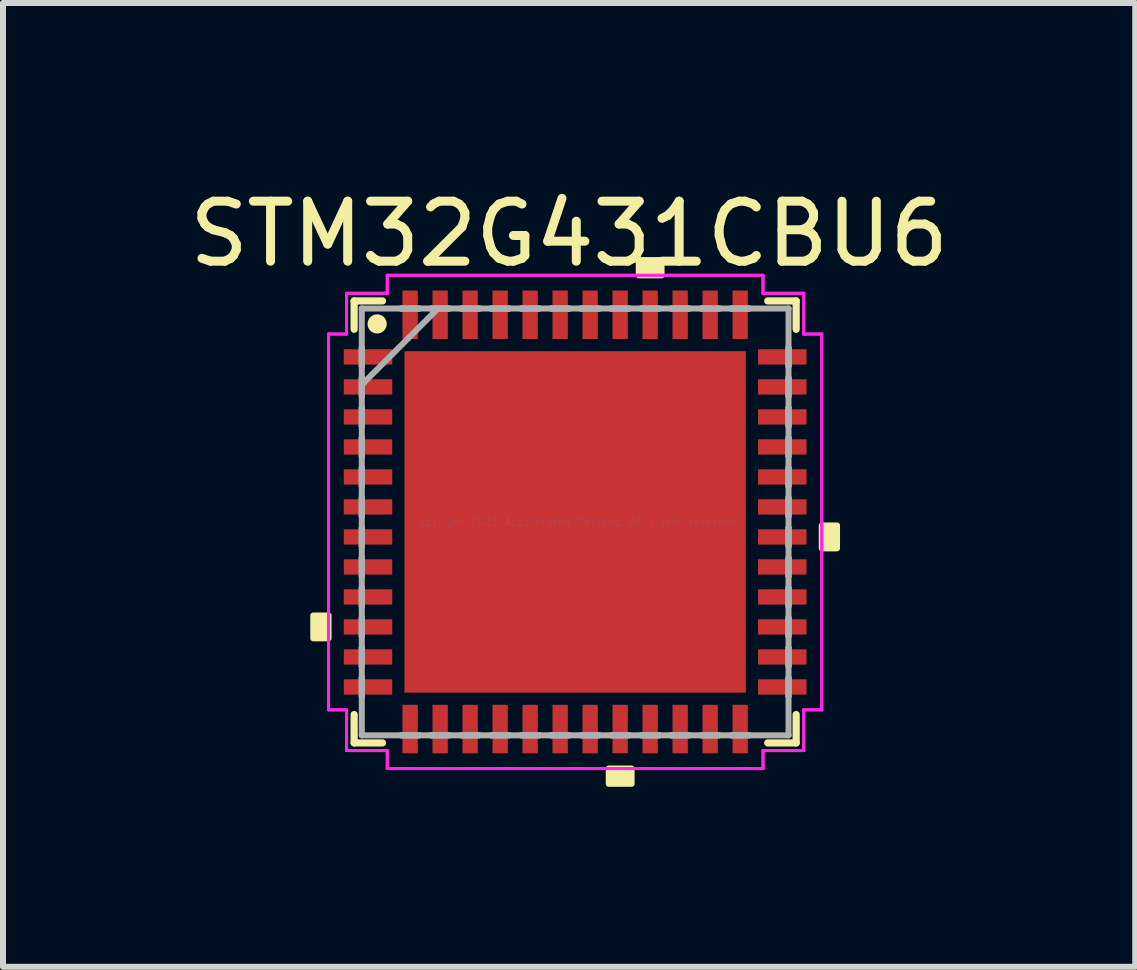
<source format=kicad_pcb>
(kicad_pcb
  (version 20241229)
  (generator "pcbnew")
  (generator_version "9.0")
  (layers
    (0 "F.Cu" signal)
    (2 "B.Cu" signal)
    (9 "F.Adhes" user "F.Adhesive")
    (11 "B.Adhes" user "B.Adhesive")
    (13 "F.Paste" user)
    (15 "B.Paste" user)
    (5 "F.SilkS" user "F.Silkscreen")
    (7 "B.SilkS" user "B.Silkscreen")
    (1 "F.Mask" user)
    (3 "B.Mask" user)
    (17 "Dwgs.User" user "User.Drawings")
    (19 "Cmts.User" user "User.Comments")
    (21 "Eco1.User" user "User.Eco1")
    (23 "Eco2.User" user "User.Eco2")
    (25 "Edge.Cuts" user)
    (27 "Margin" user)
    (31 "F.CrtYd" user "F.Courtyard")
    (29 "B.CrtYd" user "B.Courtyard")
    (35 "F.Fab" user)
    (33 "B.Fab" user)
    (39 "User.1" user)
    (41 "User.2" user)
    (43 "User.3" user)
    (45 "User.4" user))
  (footprint "STM32G431CBU6"
    (layer "F.Cu")
    (at 6.535 5.648)
    (property "Reference" "STM32G431CBU6" (at -0.1 -4.8 0) (layer "F.SilkS") (effects (font (size 1 1) (thickness 0.15))))
    (attr through_hole)
    (fp_line (start -3.683 -3.683) (end -3.683 -3.21) (stroke (width 0.12) (type solid)) (layer "F.SilkS"))
    (fp_line (start -3.683 3.21) (end -3.683 3.683) (stroke (width 0.12) (type solid)) (layer "F.SilkS"))
    (fp_line (start -3.683 3.683) (end -3.21 3.683) (stroke (width 0.12) (type solid)) (layer "F.SilkS"))
    (fp_line (start -3.21 -3.683) (end -3.683 -3.683) (stroke (width 0.12) (type solid)) (layer "F.SilkS"))
    (fp_line (start 3.21 3.683) (end 3.683 3.683) (stroke (width 0.12) (type solid)) (layer "F.SilkS"))
    (fp_line (start 3.683 -3.683) (end 3.21 -3.683) (stroke (width 0.12) (type solid)) (layer "F.SilkS"))
    (fp_line (start 3.683 -3.21) (end 3.683 -3.683) (stroke (width 0.12) (type solid)) (layer "F.SilkS"))
    (fp_line (start 3.683 3.683) (end 3.683 3.21) (stroke (width 0.12) (type solid)) (layer "F.SilkS"))
    (fp_circle (center -3.3 -3.3) (end -3.3 -3.3) (stroke (width 0.12) (type default)) (fill no) (layer "F.SilkS"))
    (fp_circle (center -3.3 -3.3) (end -3.2 -3.3) (stroke (width 0.12) (type default)) (fill no) (layer "F.SilkS"))
    (fp_poly (pts (xy -4.364 1.559) (xy -4.364 1.94) (xy -4.11 1.94) (xy -4.11 1.559)) (stroke (width 0.1) (type solid)) (fill yes) (layer "F.SilkS"))
    (fp_poly (pts (xy 0.56 4.11) (xy 0.56 4.364) (xy 0.941 4.364) (xy 0.941 4.11)) (stroke (width 0.1) (type solid)) (fill yes) (layer "F.SilkS"))
    (fp_poly (pts (xy 1.06 -4.11) (xy 1.06 -4.364) (xy 1.44 -4.364) (xy 1.44 -4.11)) (stroke (width 0.1) (type solid)) (fill yes) (layer "F.SilkS"))
    (fp_poly (pts (xy 4.364 0.059) (xy 4.364 0.441) (xy 4.11 0.441) (xy 4.11 0.059)) (stroke (width 0.1) (type solid)) (fill yes) (layer "F.SilkS"))
    (fp_poly (pts (xy -2.745 -2.745) (xy -2.745 -1.522) (xy -1.522 -1.522) (xy -1.522 -2.745)) (stroke (width 0.1) (type solid)) (fill yes) (layer "F.Paste"))
    (fp_poly (pts (xy -2.745 -1.322) (xy -2.745 -0.1) (xy -1.522 -0.1) (xy -1.522 -1.322)) (stroke (width 0.1) (type solid)) (fill yes) (layer "F.Paste"))
    (fp_poly (pts (xy -2.745 0.1) (xy -2.745 1.322) (xy -1.522 1.322) (xy -1.522 0.1)) (stroke (width 0.1) (type solid)) (fill yes) (layer "F.Paste"))
    (fp_poly (pts (xy -2.745 1.522) (xy -2.745 2.745) (xy -1.522 2.745) (xy -1.522 1.522)) (stroke (width 0.1) (type solid)) (fill yes) (layer "F.Paste"))
    (fp_poly (pts (xy -1.322 -2.745) (xy -1.322 -1.522) (xy -0.1 -1.522) (xy -0.1 -2.745)) (stroke (width 0.1) (type solid)) (fill yes) (layer "F.Paste"))
    (fp_poly (pts (xy -1.322 -1.322) (xy -1.322 -0.1) (xy -0.1 -0.1) (xy -0.1 -1.322)) (stroke (width 0.1) (type solid)) (fill yes) (layer "F.Paste"))
    (fp_poly (pts (xy -1.322 0.1) (xy -1.322 1.322) (xy -0.1 1.322) (xy -0.1 0.1)) (stroke (width 0.1) (type solid)) (fill yes) (layer "F.Paste"))
    (fp_poly (pts (xy -1.322 1.522) (xy -1.322 2.745) (xy -0.1 2.745) (xy -0.1 1.522)) (stroke (width 0.1) (type solid)) (fill yes) (layer "F.Paste"))
    (fp_poly (pts (xy 0.1 -2.745) (xy 0.1 -1.522) (xy 1.322 -1.522) (xy 1.322 -2.745)) (stroke (width 0.1) (type solid)) (fill yes) (layer "F.Paste"))
    (fp_poly (pts (xy 0.1 -1.322) (xy 0.1 -0.1) (xy 1.322 -0.1) (xy 1.322 -1.322)) (stroke (width 0.1) (type solid)) (fill yes) (layer "F.Paste"))
    (fp_poly (pts (xy 0.1 0.1) (xy 0.1 1.322) (xy 1.322 1.322) (xy 1.322 0.1)) (stroke (width 0.1) (type solid)) (fill yes) (layer "F.Paste"))
    (fp_poly (pts (xy 0.1 1.522) (xy 0.1 2.745) (xy 1.322 2.745) (xy 1.322 1.522)) (stroke (width 0.1) (type solid)) (fill yes) (layer "F.Paste"))
    (fp_poly (pts (xy 1.522 -2.745) (xy 1.522 -1.522) (xy 2.745 -1.522) (xy 2.745 -2.745)) (stroke (width 0.1) (type solid)) (fill yes) (layer "F.Paste"))
    (fp_poly (pts (xy 1.522 -1.322) (xy 1.522 -0.1) (xy 2.745 -0.1) (xy 2.745 -1.322)) (stroke (width 0.1) (type solid)) (fill yes) (layer "F.Paste"))
    (fp_poly (pts (xy 1.522 0.1) (xy 1.522 1.322) (xy 2.745 1.322) (xy 2.745 0.1)) (stroke (width 0.1) (type solid)) (fill yes) (layer "F.Paste"))
    (fp_poly (pts (xy 1.522 1.522) (xy 1.522 2.745) (xy 2.745 2.745) (xy 2.745 1.522)) (stroke (width 0.1) (type solid)) (fill yes) (layer "F.Paste"))
    (fp_line (start -4.11 -3.131) (end -3.81 -3.131) (stroke (width 0.05) (type solid)) (layer "F.CrtYd"))
    (fp_line (start -4.11 -3.131) (end -3.81 -3.131) (stroke (width 0.05) (type solid)) (layer "F.CrtYd"))
    (fp_line (start -4.11 3.131) (end -4.11 -3.131) (stroke (width 0.05) (type solid)) (layer "F.CrtYd"))
    (fp_line (start -4.11 3.131) (end -4.11 -3.131) (stroke (width 0.05) (type solid)) (layer "F.CrtYd"))
    (fp_line (start -3.81 -3.81) (end -3.131 -3.81) (stroke (width 0.05) (type solid)) (layer "F.CrtYd"))
    (fp_line (start -3.81 -3.81) (end -3.131 -3.81) (stroke (width 0.05) (type solid)) (layer "F.CrtYd"))
    (fp_line (start -3.81 -3.131) (end -3.81 -3.81) (stroke (width 0.05) (type solid)) (layer "F.CrtYd"))
    (fp_line (start -3.81 -3.131) (end -3.81 -3.81) (stroke (width 0.05) (type solid)) (layer "F.CrtYd"))
    (fp_line (start -3.81 3.131) (end -4.11 3.131) (stroke (width 0.05) (type solid)) (layer "F.CrtYd"))
    (fp_line (start -3.81 3.131) (end -4.11 3.131) (stroke (width 0.05) (type solid)) (layer "F.CrtYd"))
    (fp_line (start -3.81 3.81) (end -3.81 3.131) (stroke (width 0.05) (type solid)) (layer "F.CrtYd"))
    (fp_line (start -3.81 3.81) (end -3.81 3.131) (stroke (width 0.05) (type solid)) (layer "F.CrtYd"))
    (fp_line (start -3.131 -4.11) (end 3.131 -4.11) (stroke (width 0.05) (type solid)) (layer "F.CrtYd"))
    (fp_line (start -3.131 -4.11) (end 3.131 -4.11) (stroke (width 0.05) (type solid)) (layer "F.CrtYd"))
    (fp_line (start -3.131 -3.81) (end -3.131 -4.11) (stroke (width 0.05) (type solid)) (layer "F.CrtYd"))
    (fp_line (start -3.131 -3.81) (end -3.131 -4.11) (stroke (width 0.05) (type solid)) (layer "F.CrtYd"))
    (fp_line (start -3.131 3.81) (end -3.81 3.81) (stroke (width 0.05) (type solid)) (layer "F.CrtYd"))
    (fp_line (start -3.131 3.81) (end -3.81 3.81) (stroke (width 0.05) (type solid)) (layer "F.CrtYd"))
    (fp_line (start -3.131 4.11) (end -3.131 3.81) (stroke (width 0.05) (type solid)) (layer "F.CrtYd"))
    (fp_line (start -3.131 4.11) (end -3.131 3.81) (stroke (width 0.05) (type solid)) (layer "F.CrtYd"))
    (fp_line (start 3.131 -4.11) (end 3.131 -3.81) (stroke (width 0.05) (type solid)) (layer "F.CrtYd"))
    (fp_line (start 3.131 -4.11) (end 3.131 -3.81) (stroke (width 0.05) (type solid)) (layer "F.CrtYd"))
    (fp_line (start 3.131 -3.81) (end 3.81 -3.81) (stroke (width 0.05) (type solid)) (layer "F.CrtYd"))
    (fp_line (start 3.131 -3.81) (end 3.81 -3.81) (stroke (width 0.05) (type solid)) (layer "F.CrtYd"))
    (fp_line (start 3.131 3.81) (end 3.131 4.11) (stroke (width 0.05) (type solid)) (layer "F.CrtYd"))
    (fp_line (start 3.131 3.81) (end 3.131 4.11) (stroke (width 0.05) (type solid)) (layer "F.CrtYd"))
    (fp_line (start 3.131 4.11) (end -3.131 4.11) (stroke (width 0.05) (type solid)) (layer "F.CrtYd"))
    (fp_line (start 3.131 4.11) (end -3.131 4.11) (stroke (width 0.05) (type solid)) (layer "F.CrtYd"))
    (fp_line (start 3.81 -3.81) (end 3.81 -3.131) (stroke (width 0.05) (type solid)) (layer "F.CrtYd"))
    (fp_line (start 3.81 -3.81) (end 3.81 -3.131) (stroke (width 0.05) (type solid)) (layer "F.CrtYd"))
    (fp_line (start 3.81 -3.131) (end 4.11 -3.131) (stroke (width 0.05) (type solid)) (layer "F.CrtYd"))
    (fp_line (start 3.81 -3.131) (end 4.11 -3.131) (stroke (width 0.05) (type solid)) (layer "F.CrtYd"))
    (fp_line (start 3.81 3.131) (end 3.81 3.81) (stroke (width 0.05) (type solid)) (layer "F.CrtYd"))
    (fp_line (start 3.81 3.131) (end 3.81 3.81) (stroke (width 0.05) (type solid)) (layer "F.CrtYd"))
    (fp_line (start 3.81 3.81) (end 3.131 3.81) (stroke (width 0.05) (type solid)) (layer "F.CrtYd"))
    (fp_line (start 3.81 3.81) (end 3.131 3.81) (stroke (width 0.05) (type solid)) (layer "F.CrtYd"))
    (fp_line (start 4.11 -3.131) (end 4.11 3.131) (stroke (width 0.05) (type solid)) (layer "F.CrtYd"))
    (fp_line (start 4.11 -3.131) (end 4.11 3.131) (stroke (width 0.05) (type solid)) (layer "F.CrtYd"))
    (fp_line (start 4.11 3.131) (end 3.81 3.131) (stroke (width 0.05) (type solid)) (layer "F.CrtYd"))
    (fp_line (start 4.11 3.131) (end 3.81 3.131) (stroke (width 0.05) (type solid)) (layer "F.CrtYd"))
    (fp_line (start -3.556 -3.556) (end -3.556 -3.556) (stroke (width 0.1) (type solid)) (layer "F.Fab"))
    (fp_line (start -3.556 -3.556) (end -3.556 3.556) (stroke (width 0.1) (type solid)) (layer "F.Fab"))
    (fp_line (start -3.556 -2.902) (end -3.556 -2.902) (stroke (width 0.1) (type solid)) (layer "F.Fab"))
    (fp_line (start -3.556 -2.902) (end -3.556 -2.598) (stroke (width 0.1) (type solid)) (layer "F.Fab"))
    (fp_line (start -3.556 -2.598) (end -3.556 -2.902) (stroke (width 0.1) (type solid)) (layer "F.Fab"))
    (fp_line (start -3.556 -2.598) (end -3.556 -2.598) (stroke (width 0.1) (type solid)) (layer "F.Fab"))
    (fp_line (start -3.556 -2.402) (end -3.556 -2.402) (stroke (width 0.1) (type solid)) (layer "F.Fab"))
    (fp_line (start -3.556 -2.402) (end -3.556 -2.098) (stroke (width 0.1) (type solid)) (layer "F.Fab"))
    (fp_line (start -3.556 -2.286) (end -2.286 -3.556) (stroke (width 0.1) (type solid)) (layer "F.Fab"))
    (fp_line (start -3.556 -2.098) (end -3.556 -2.402) (stroke (width 0.1) (type solid)) (layer "F.Fab"))
    (fp_line (start -3.556 -2.098) (end -3.556 -2.098) (stroke (width 0.1) (type solid)) (layer "F.Fab"))
    (fp_line (start -3.556 -1.902) (end -3.556 -1.902) (stroke (width 0.1) (type solid)) (layer "F.Fab"))
    (fp_line (start -3.556 -1.902) (end -3.556 -1.598) (stroke (width 0.1) (type solid)) (layer "F.Fab"))
    (fp_line (start -3.556 -1.598) (end -3.556 -1.902) (stroke (width 0.1) (type solid)) (layer "F.Fab"))
    (fp_line (start -3.556 -1.598) (end -3.556 -1.598) (stroke (width 0.1) (type solid)) (layer "F.Fab"))
    (fp_line (start -3.556 -1.402) (end -3.556 -1.402) (stroke (width 0.1) (type solid)) (layer "F.Fab"))
    (fp_line (start -3.556 -1.402) (end -3.556 -1.098) (stroke (width 0.1) (type solid)) (layer "F.Fab"))
    (fp_line (start -3.556 -1.098) (end -3.556 -1.402) (stroke (width 0.1) (type solid)) (layer "F.Fab"))
    (fp_line (start -3.556 -1.098) (end -3.556 -1.098) (stroke (width 0.1) (type solid)) (layer "F.Fab"))
    (fp_line (start -3.556 -0.902) (end -3.556 -0.902) (stroke (width 0.1) (type solid)) (layer "F.Fab"))
    (fp_line (start -3.556 -0.902) (end -3.556 -0.598) (stroke (width 0.1) (type solid)) (layer "F.Fab"))
    (fp_line (start -3.556 -0.598) (end -3.556 -0.902) (stroke (width 0.1) (type solid)) (layer "F.Fab"))
    (fp_line (start -3.556 -0.598) (end -3.556 -0.598) (stroke (width 0.1) (type solid)) (layer "F.Fab"))
    (fp_line (start -3.556 -0.402) (end -3.556 -0.402) (stroke (width 0.1) (type solid)) (layer "F.Fab"))
    (fp_line (start -3.556 -0.402) (end -3.556 -0.098) (stroke (width 0.1) (type solid)) (layer "F.Fab"))
    (fp_line (start -3.556 -0.098) (end -3.556 -0.402) (stroke (width 0.1) (type solid)) (layer "F.Fab"))
    (fp_line (start -3.556 -0.098) (end -3.556 -0.098) (stroke (width 0.1) (type solid)) (layer "F.Fab"))
    (fp_line (start -3.556 0.098) (end -3.556 0.098) (stroke (width 0.1) (type solid)) (layer "F.Fab"))
    (fp_line (start -3.556 0.098) (end -3.556 0.402) (stroke (width 0.1) (type solid)) (layer "F.Fab"))
    (fp_line (start -3.556 0.402) (end -3.556 0.098) (stroke (width 0.1) (type solid)) (layer "F.Fab"))
    (fp_line (start -3.556 0.402) (end -3.556 0.402) (stroke (width 0.1) (type solid)) (layer "F.Fab"))
    (fp_line (start -3.556 0.598) (end -3.556 0.598) (stroke (width 0.1) (type solid)) (layer "F.Fab"))
    (fp_line (start -3.556 0.598) (end -3.556 0.902) (stroke (width 0.1) (type solid)) (layer "F.Fab"))
    (fp_line (start -3.556 0.902) (end -3.556 0.598) (stroke (width 0.1) (type solid)) (layer "F.Fab"))
    (fp_line (start -3.556 0.902) (end -3.556 0.902) (stroke (width 0.1) (type solid)) (layer "F.Fab"))
    (fp_line (start -3.556 1.098) (end -3.556 1.098) (stroke (width 0.1) (type solid)) (layer "F.Fab"))
    (fp_line (start -3.556 1.098) (end -3.556 1.402) (stroke (width 0.1) (type solid)) (layer "F.Fab"))
    (fp_line (start -3.556 1.402) (end -3.556 1.098) (stroke (width 0.1) (type solid)) (layer "F.Fab"))
    (fp_line (start -3.556 1.402) (end -3.556 1.402) (stroke (width 0.1) (type solid)) (layer "F.Fab"))
    (fp_line (start -3.556 1.598) (end -3.556 1.598) (stroke (width 0.1) (type solid)) (layer "F.Fab"))
    (fp_line (start -3.556 1.598) (end -3.556 1.902) (stroke (width 0.1) (type solid)) (layer "F.Fab"))
    (fp_line (start -3.556 1.902) (end -3.556 1.598) (stroke (width 0.1) (type solid)) (layer "F.Fab"))
    (fp_line (start -3.556 1.902) (end -3.556 1.902) (stroke (width 0.1) (type solid)) (layer "F.Fab"))
    (fp_line (start -3.556 2.098) (end -3.556 2.098) (stroke (width 0.1) (type solid)) (layer "F.Fab"))
    (fp_line (start -3.556 2.098) (end -3.556 2.402) (stroke (width 0.1) (type solid)) (layer "F.Fab"))
    (fp_line (start -3.556 2.402) (end -3.556 2.098) (stroke (width 0.1) (type solid)) (layer "F.Fab"))
    (fp_line (start -3.556 2.402) (end -3.556 2.402) (stroke (width 0.1) (type solid)) (layer "F.Fab"))
    (fp_line (start -3.556 2.598) (end -3.556 2.598) (stroke (width 0.1) (type solid)) (layer "F.Fab"))
    (fp_line (start -3.556 2.598) (end -3.556 2.902) (stroke (width 0.1) (type solid)) (layer "F.Fab"))
    (fp_line (start -3.556 2.902) (end -3.556 2.598) (stroke (width 0.1) (type solid)) (layer "F.Fab"))
    (fp_line (start -3.556 2.902) (end -3.556 2.902) (stroke (width 0.1) (type solid)) (layer "F.Fab"))
    (fp_line (start -3.556 3.556) (end -3.556 3.556) (stroke (width 0.1) (type solid)) (layer "F.Fab"))
    (fp_line (start -3.556 3.556) (end 3.556 3.556) (stroke (width 0.1) (type solid)) (layer "F.Fab"))
    (fp_line (start -2.902 -3.556) (end -2.902 -3.556) (stroke (width 0.1) (type solid)) (layer "F.Fab"))
    (fp_line (start -2.902 -3.556) (end -2.598 -3.556) (stroke (width 0.1) (type solid)) (layer "F.Fab"))
    (fp_line (start -2.902 3.556) (end -2.902 3.556) (stroke (width 0.1) (type solid)) (layer "F.Fab"))
    (fp_line (start -2.902 3.556) (end -2.598 3.556) (stroke (width 0.1) (type solid)) (layer "F.Fab"))
    (fp_line (start -2.598 -3.556) (end -2.902 -3.556) (stroke (width 0.1) (type solid)) (layer "F.Fab"))
    (fp_line (start -2.598 -3.556) (end -2.598 -3.556) (stroke (width 0.1) (type solid)) (layer "F.Fab"))
    (fp_line (start -2.598 3.556) (end -2.902 3.556) (stroke (width 0.1) (type solid)) (layer "F.Fab"))
    (fp_line (start -2.598 3.556) (end -2.598 3.556) (stroke (width 0.1) (type solid)) (layer "F.Fab"))
    (fp_line (start -2.402 -3.556) (end -2.402 -3.556) (stroke (width 0.1) (type solid)) (layer "F.Fab"))
    (fp_line (start -2.402 -3.556) (end -2.098 -3.556) (stroke (width 0.1) (type solid)) (layer "F.Fab"))
    (fp_line (start -2.402 3.556) (end -2.402 3.556) (stroke (width 0.1) (type solid)) (layer "F.Fab"))
    (fp_line (start -2.402 3.556) (end -2.098 3.556) (stroke (width 0.1) (type solid)) (layer "F.Fab"))
    (fp_line (start -2.098 -3.556) (end -2.402 -3.556) (stroke (width 0.1) (type solid)) (layer "F.Fab"))
    (fp_line (start -2.098 -3.556) (end -2.098 -3.556) (stroke (width 0.1) (type solid)) (layer "F.Fab"))
    (fp_line (start -2.098 3.556) (end -2.402 3.556) (stroke (width 0.1) (type solid)) (layer "F.Fab"))
    (fp_line (start -2.098 3.556) (end -2.098 3.556) (stroke (width 0.1) (type solid)) (layer "F.Fab"))
    (fp_line (start -1.902 -3.556) (end -1.902 -3.556) (stroke (width 0.1) (type solid)) (layer "F.Fab"))
    (fp_line (start -1.902 -3.556) (end -1.598 -3.556) (stroke (width 0.1) (type solid)) (layer "F.Fab"))
    (fp_line (start -1.902 3.556) (end -1.902 3.556) (stroke (width 0.1) (type solid)) (layer "F.Fab"))
    (fp_line (start -1.902 3.556) (end -1.598 3.556) (stroke (width 0.1) (type solid)) (layer "F.Fab"))
    (fp_line (start -1.598 -3.556) (end -1.902 -3.556) (stroke (width 0.1) (type solid)) (layer "F.Fab"))
    (fp_line (start -1.598 -3.556) (end -1.598 -3.556) (stroke (width 0.1) (type solid)) (layer "F.Fab"))
    (fp_line (start -1.598 3.556) (end -1.902 3.556) (stroke (width 0.1) (type solid)) (layer "F.Fab"))
    (fp_line (start -1.598 3.556) (end -1.598 3.556) (stroke (width 0.1) (type solid)) (layer "F.Fab"))
    (fp_line (start -1.402 -3.556) (end -1.402 -3.556) (stroke (width 0.1) (type solid)) (layer "F.Fab"))
    (fp_line (start -1.402 -3.556) (end -1.098 -3.556) (stroke (width 0.1) (type solid)) (layer "F.Fab"))
    (fp_line (start -1.402 3.556) (end -1.402 3.556) (stroke (width 0.1) (type solid)) (layer "F.Fab"))
    (fp_line (start -1.402 3.556) (end -1.098 3.556) (stroke (width 0.1) (type solid)) (layer "F.Fab"))
    (fp_line (start -1.098 -3.556) (end -1.402 -3.556) (stroke (width 0.1) (type solid)) (layer "F.Fab"))
    (fp_line (start -1.098 -3.556) (end -1.098 -3.556) (stroke (width 0.1) (type solid)) (layer "F.Fab"))
    (fp_line (start -1.098 3.556) (end -1.402 3.556) (stroke (width 0.1) (type solid)) (layer "F.Fab"))
    (fp_line (start -1.098 3.556) (end -1.098 3.556) (stroke (width 0.1) (type solid)) (layer "F.Fab"))
    (fp_line (start -0.902 -3.556) (end -0.902 -3.556) (stroke (width 0.1) (type solid)) (layer "F.Fab"))
    (fp_line (start -0.902 -3.556) (end -0.598 -3.556) (stroke (width 0.1) (type solid)) (layer "F.Fab"))
    (fp_line (start -0.902 3.556) (end -0.902 3.556) (stroke (width 0.1) (type solid)) (layer "F.Fab"))
    (fp_line (start -0.902 3.556) (end -0.598 3.556) (stroke (width 0.1) (type solid)) (layer "F.Fab"))
    (fp_line (start -0.598 -3.556) (end -0.902 -3.556) (stroke (width 0.1) (type solid)) (layer "F.Fab"))
    (fp_line (start -0.598 -3.556) (end -0.598 -3.556) (stroke (width 0.1) (type solid)) (layer "F.Fab"))
    (fp_line (start -0.598 3.556) (end -0.902 3.556) (stroke (width 0.1) (type solid)) (layer "F.Fab"))
    (fp_line (start -0.598 3.556) (end -0.598 3.556) (stroke (width 0.1) (type solid)) (layer "F.Fab"))
    (fp_line (start -0.402 -3.556) (end -0.402 -3.556) (stroke (width 0.1) (type solid)) (layer "F.Fab"))
    (fp_line (start -0.402 -3.556) (end -0.098 -3.556) (stroke (width 0.1) (type solid)) (layer "F.Fab"))
    (fp_line (start -0.402 3.556) (end -0.402 3.556) (stroke (width 0.1) (type solid)) (layer "F.Fab"))
    (fp_line (start -0.402 3.556) (end -0.098 3.556) (stroke (width 0.1) (type solid)) (layer "F.Fab"))
    (fp_line (start -0.098 -3.556) (end -0.402 -3.556) (stroke (width 0.1) (type solid)) (layer "F.Fab"))
    (fp_line (start -0.098 -3.556) (end -0.098 -3.556) (stroke (width 0.1) (type solid)) (layer "F.Fab"))
    (fp_line (start -0.098 3.556) (end -0.402 3.556) (stroke (width 0.1) (type solid)) (layer "F.Fab"))
    (fp_line (start -0.098 3.556) (end -0.098 3.556) (stroke (width 0.1) (type solid)) (layer "F.Fab"))
    (fp_line (start 0.098 -3.556) (end 0.098 -3.556) (stroke (width 0.1) (type solid)) (layer "F.Fab"))
    (fp_line (start 0.098 -3.556) (end 0.402 -3.556) (stroke (width 0.1) (type solid)) (layer "F.Fab"))
    (fp_line (start 0.098 3.556) (end 0.098 3.556) (stroke (width 0.1) (type solid)) (layer "F.Fab"))
    (fp_line (start 0.098 3.556) (end 0.402 3.556) (stroke (width 0.1) (type solid)) (layer "F.Fab"))
    (fp_line (start 0.402 -3.556) (end 0.098 -3.556) (stroke (width 0.1) (type solid)) (layer "F.Fab"))
    (fp_line (start 0.402 -3.556) (end 0.402 -3.556) (stroke (width 0.1) (type solid)) (layer "F.Fab"))
    (fp_line (start 0.402 3.556) (end 0.098 3.556) (stroke (width 0.1) (type solid)) (layer "F.Fab"))
    (fp_line (start 0.402 3.556) (end 0.402 3.556) (stroke (width 0.1) (type solid)) (layer "F.Fab"))
    (fp_line (start 0.598 -3.556) (end 0.598 -3.556) (stroke (width 0.1) (type solid)) (layer "F.Fab"))
    (fp_line (start 0.598 -3.556) (end 0.902 -3.556) (stroke (width 0.1) (type solid)) (layer "F.Fab"))
    (fp_line (start 0.598 3.556) (end 0.598 3.556) (stroke (width 0.1) (type solid)) (layer "F.Fab"))
    (fp_line (start 0.598 3.556) (end 0.902 3.556) (stroke (width 0.1) (type solid)) (layer "F.Fab"))
    (fp_line (start 0.902 -3.556) (end 0.598 -3.556) (stroke (width 0.1) (type solid)) (layer "F.Fab"))
    (fp_line (start 0.902 -3.556) (end 0.902 -3.556) (stroke (width 0.1) (type solid)) (layer "F.Fab"))
    (fp_line (start 0.902 3.556) (end 0.598 3.556) (stroke (width 0.1) (type solid)) (layer "F.Fab"))
    (fp_line (start 0.902 3.556) (end 0.902 3.556) (stroke (width 0.1) (type solid)) (layer "F.Fab"))
    (fp_line (start 1.098 -3.556) (end 1.098 -3.556) (stroke (width 0.1) (type solid)) (layer "F.Fab"))
    (fp_line (start 1.098 -3.556) (end 1.402 -3.556) (stroke (width 0.1) (type solid)) (layer "F.Fab"))
    (fp_line (start 1.098 3.556) (end 1.098 3.556) (stroke (width 0.1) (type solid)) (layer "F.Fab"))
    (fp_line (start 1.098 3.556) (end 1.402 3.556) (stroke (width 0.1) (type solid)) (layer "F.Fab"))
    (fp_line (start 1.402 -3.556) (end 1.098 -3.556) (stroke (width 0.1) (type solid)) (layer "F.Fab"))
    (fp_line (start 1.402 -3.556) (end 1.402 -3.556) (stroke (width 0.1) (type solid)) (layer "F.Fab"))
    (fp_line (start 1.402 3.556) (end 1.098 3.556) (stroke (width 0.1) (type solid)) (layer "F.Fab"))
    (fp_line (start 1.402 3.556) (end 1.402 3.556) (stroke (width 0.1) (type solid)) (layer "F.Fab"))
    (fp_line (start 1.598 -3.556) (end 1.598 -3.556) (stroke (width 0.1) (type solid)) (layer "F.Fab"))
    (fp_line (start 1.598 -3.556) (end 1.902 -3.556) (stroke (width 0.1) (type solid)) (layer "F.Fab"))
    (fp_line (start 1.598 3.556) (end 1.598 3.556) (stroke (width 0.1) (type solid)) (layer "F.Fab"))
    (fp_line (start 1.598 3.556) (end 1.902 3.556) (stroke (width 0.1) (type solid)) (layer "F.Fab"))
    (fp_line (start 1.902 -3.556) (end 1.598 -3.556) (stroke (width 0.1) (type solid)) (layer "F.Fab"))
    (fp_line (start 1.902 -3.556) (end 1.902 -3.556) (stroke (width 0.1) (type solid)) (layer "F.Fab"))
    (fp_line (start 1.902 3.556) (end 1.598 3.556) (stroke (width 0.1) (type solid)) (layer "F.Fab"))
    (fp_line (start 1.902 3.556) (end 1.902 3.556) (stroke (width 0.1) (type solid)) (layer "F.Fab"))
    (fp_line (start 2.098 -3.556) (end 2.098 -3.556) (stroke (width 0.1) (type solid)) (layer "F.Fab"))
    (fp_line (start 2.098 -3.556) (end 2.402 -3.556) (stroke (width 0.1) (type solid)) (layer "F.Fab"))
    (fp_line (start 2.098 3.556) (end 2.098 3.556) (stroke (width 0.1) (type solid)) (layer "F.Fab"))
    (fp_line (start 2.098 3.556) (end 2.402 3.556) (stroke (width 0.1) (type solid)) (layer "F.Fab"))
    (fp_line (start 2.402 -3.556) (end 2.098 -3.556) (stroke (width 0.1) (type solid)) (layer "F.Fab"))
    (fp_line (start 2.402 -3.556) (end 2.402 -3.556) (stroke (width 0.1) (type solid)) (layer "F.Fab"))
    (fp_line (start 2.402 3.556) (end 2.098 3.556) (stroke (width 0.1) (type solid)) (layer "F.Fab"))
    (fp_line (start 2.402 3.556) (end 2.402 3.556) (stroke (width 0.1) (type solid)) (layer "F.Fab"))
    (fp_line (start 2.598 -3.556) (end 2.598 -3.556) (stroke (width 0.1) (type solid)) (layer "F.Fab"))
    (fp_line (start 2.598 -3.556) (end 2.902 -3.556) (stroke (width 0.1) (type solid)) (layer "F.Fab"))
    (fp_line (start 2.598 3.556) (end 2.598 3.556) (stroke (width 0.1) (type solid)) (layer "F.Fab"))
    (fp_line (start 2.598 3.556) (end 2.902 3.556) (stroke (width 0.1) (type solid)) (layer "F.Fab"))
    (fp_line (start 2.902 -3.556) (end 2.598 -3.556) (stroke (width 0.1) (type solid)) (layer "F.Fab"))
    (fp_line (start 2.902 -3.556) (end 2.902 -3.556) (stroke (width 0.1) (type solid)) (layer "F.Fab"))
    (fp_line (start 2.902 3.556) (end 2.598 3.556) (stroke (width 0.1) (type solid)) (layer "F.Fab"))
    (fp_line (start 2.902 3.556) (end 2.902 3.556) (stroke (width 0.1) (type solid)) (layer "F.Fab"))
    (fp_line (start 3.556 -3.556) (end -3.556 -3.556) (stroke (width 0.1) (type solid)) (layer "F.Fab"))
    (fp_line (start 3.556 -3.556) (end 3.556 -3.556) (stroke (width 0.1) (type solid)) (layer "F.Fab"))
    (fp_line (start 3.556 -2.902) (end 3.556 -2.902) (stroke (width 0.1) (type solid)) (layer "F.Fab"))
    (fp_line (start 3.556 -2.902) (end 3.556 -2.598) (stroke (width 0.1) (type solid)) (layer "F.Fab"))
    (fp_line (start 3.556 -2.598) (end 3.556 -2.902) (stroke (width 0.1) (type solid)) (layer "F.Fab"))
    (fp_line (start 3.556 -2.598) (end 3.556 -2.598) (stroke (width 0.1) (type solid)) (layer "F.Fab"))
    (fp_line (start 3.556 -2.402) (end 3.556 -2.402) (stroke (width 0.1) (type solid)) (layer "F.Fab"))
    (fp_line (start 3.556 -2.402) (end 3.556 -2.098) (stroke (width 0.1) (type solid)) (layer "F.Fab"))
    (fp_line (start 3.556 -2.098) (end 3.556 -2.402) (stroke (width 0.1) (type solid)) (layer "F.Fab"))
    (fp_line (start 3.556 -2.098) (end 3.556 -2.098) (stroke (width 0.1) (type solid)) (layer "F.Fab"))
    (fp_line (start 3.556 -1.902) (end 3.556 -1.902) (stroke (width 0.1) (type solid)) (layer "F.Fab"))
    (fp_line (start 3.556 -1.902) (end 3.556 -1.598) (stroke (width 0.1) (type solid)) (layer "F.Fab"))
    (fp_line (start 3.556 -1.598) (end 3.556 -1.902) (stroke (width 0.1) (type solid)) (layer "F.Fab"))
    (fp_line (start 3.556 -1.598) (end 3.556 -1.598) (stroke (width 0.1) (type solid)) (layer "F.Fab"))
    (fp_line (start 3.556 -1.402) (end 3.556 -1.402) (stroke (width 0.1) (type solid)) (layer "F.Fab"))
    (fp_line (start 3.556 -1.402) (end 3.556 -1.098) (stroke (width 0.1) (type solid)) (layer "F.Fab"))
    (fp_line (start 3.556 -1.098) (end 3.556 -1.402) (stroke (width 0.1) (type solid)) (layer "F.Fab"))
    (fp_line (start 3.556 -1.098) (end 3.556 -1.098) (stroke (width 0.1) (type solid)) (layer "F.Fab"))
    (fp_line (start 3.556 -0.902) (end 3.556 -0.902) (stroke (width 0.1) (type solid)) (layer "F.Fab"))
    (fp_line (start 3.556 -0.902) (end 3.556 -0.598) (stroke (width 0.1) (type solid)) (layer "F.Fab"))
    (fp_line (start 3.556 -0.598) (end 3.556 -0.902) (stroke (width 0.1) (type solid)) (layer "F.Fab"))
    (fp_line (start 3.556 -0.598) (end 3.556 -0.598) (stroke (width 0.1) (type solid)) (layer "F.Fab"))
    (fp_line (start 3.556 -0.402) (end 3.556 -0.402) (stroke (width 0.1) (type solid)) (layer "F.Fab"))
    (fp_line (start 3.556 -0.402) (end 3.556 -0.098) (stroke (width 0.1) (type solid)) (layer "F.Fab"))
    (fp_line (start 3.556 -0.098) (end 3.556 -0.402) (stroke (width 0.1) (type solid)) (layer "F.Fab"))
    (fp_line (start 3.556 -0.098) (end 3.556 -0.098) (stroke (width 0.1) (type solid)) (layer "F.Fab"))
    (fp_line (start 3.556 0.098) (end 3.556 0.098) (stroke (width 0.1) (type solid)) (layer "F.Fab"))
    (fp_line (start 3.556 0.098) (end 3.556 0.402) (stroke (width 0.1) (type solid)) (layer "F.Fab"))
    (fp_line (start 3.556 0.402) (end 3.556 0.098) (stroke (width 0.1) (type solid)) (layer "F.Fab"))
    (fp_line (start 3.556 0.402) (end 3.556 0.402) (stroke (width 0.1) (type solid)) (layer "F.Fab"))
    (fp_line (start 3.556 0.598) (end 3.556 0.598) (stroke (width 0.1) (type solid)) (layer "F.Fab"))
    (fp_line (start 3.556 0.598) (end 3.556 0.902) (stroke (width 0.1) (type solid)) (layer "F.Fab"))
    (fp_line (start 3.556 0.902) (end 3.556 0.598) (stroke (width 0.1) (type solid)) (layer "F.Fab"))
    (fp_line (start 3.556 0.902) (end 3.556 0.902) (stroke (width 0.1) (type solid)) (layer "F.Fab"))
    (fp_line (start 3.556 1.098) (end 3.556 1.098) (stroke (width 0.1) (type solid)) (layer "F.Fab"))
    (fp_line (start 3.556 1.098) (end 3.556 1.402) (stroke (width 0.1) (type solid)) (layer "F.Fab"))
    (fp_line (start 3.556 1.402) (end 3.556 1.098) (stroke (width 0.1) (type solid)) (layer "F.Fab"))
    (fp_line (start 3.556 1.402) (end 3.556 1.402) (stroke (width 0.1) (type solid)) (layer "F.Fab"))
    (fp_line (start 3.556 1.598) (end 3.556 1.598) (stroke (width 0.1) (type solid)) (layer "F.Fab"))
    (fp_line (start 3.556 1.598) (end 3.556 1.902) (stroke (width 0.1) (type solid)) (layer "F.Fab"))
    (fp_line (start 3.556 1.902) (end 3.556 1.598) (stroke (width 0.1) (type solid)) (layer "F.Fab"))
    (fp_line (start 3.556 1.902) (end 3.556 1.902) (stroke (width 0.1) (type solid)) (layer "F.Fab"))
    (fp_line (start 3.556 2.098) (end 3.556 2.098) (stroke (width 0.1) (type solid)) (layer "F.Fab"))
    (fp_line (start 3.556 2.098) (end 3.556 2.402) (stroke (width 0.1) (type solid)) (layer "F.Fab"))
    (fp_line (start 3.556 2.402) (end 3.556 2.098) (stroke (width 0.1) (type solid)) (layer "F.Fab"))
    (fp_line (start 3.556 2.402) (end 3.556 2.402) (stroke (width 0.1) (type solid)) (layer "F.Fab"))
    (fp_line (start 3.556 2.598) (end 3.556 2.598) (stroke (width 0.1) (type solid)) (layer "F.Fab"))
    (fp_line (start 3.556 2.598) (end 3.556 2.902) (stroke (width 0.1) (type solid)) (layer "F.Fab"))
    (fp_line (start 3.556 2.902) (end 3.556 2.598) (stroke (width 0.1) (type solid)) (layer "F.Fab"))
    (fp_line (start 3.556 2.902) (end 3.556 2.902) (stroke (width 0.1) (type solid)) (layer "F.Fab"))
    (fp_line (start 3.556 3.556) (end 3.556 -3.556) (stroke (width 0.1) (type solid)) (layer "F.Fab"))
    (fp_line (start 3.556 3.556) (end 3.556 3.556) (stroke (width 0.1) (type solid)) (layer "F.Fab"))
    (fp_text user "Copyright 2021 Accelerated Designs. All rights reserved." (at 0 0 0) (layer "Cmts.User") (effects (font (size 0.127 0.127) (thickness 0.002))))
    (pad "1" smd rect (at -3.452 -2.75 90) (size 0.255 0.808) (layers "F.Cu" "F.Mask" "F.Paste"))
    (pad "2" smd rect (at -3.452 -2.25 90) (size 0.255 0.808) (layers "F.Cu" "F.Mask" "F.Paste"))
    (pad "3" smd rect (at -3.452 -1.75 90) (size 0.255 0.808) (layers "F.Cu" "F.Mask" "F.Paste"))
    (pad "4" smd rect (at -3.452 -1.25 90) (size 0.255 0.808) (layers "F.Cu" "F.Mask" "F.Paste"))
    (pad "5" smd rect (at -3.452 -0.75 90) (size 0.255 0.808) (layers "F.Cu" "F.Mask" "F.Paste"))
    (pad "6" smd rect (at -3.452 -0.25 90) (size 0.255 0.808) (layers "F.Cu" "F.Mask" "F.Paste"))
    (pad "7" smd rect (at -3.452 0.25 90) (size 0.255 0.808) (layers "F.Cu" "F.Mask" "F.Paste"))
    (pad "8" smd rect (at -3.452 0.75 90) (size 0.255 0.808) (layers "F.Cu" "F.Mask" "F.Paste"))
    (pad "9" smd rect (at -3.452 1.25 90) (size 0.255 0.808) (layers "F.Cu" "F.Mask" "F.Paste"))
    (pad "10" smd rect (at -3.452 1.75 90) (size 0.255 0.808) (layers "F.Cu" "F.Mask" "F.Paste"))
    (pad "11" smd rect (at -3.452 2.25 90) (size 0.255 0.808) (layers "F.Cu" "F.Mask" "F.Paste"))
    (pad "12" smd rect (at -3.452 2.75 90) (size 0.255 0.808) (layers "F.Cu" "F.Mask" "F.Paste"))
    (pad "13" smd rect (at -2.75 3.452) (size 0.255 0.808) (layers "F.Cu" "F.Mask" "F.Paste"))
    (pad "14" smd rect (at -2.25 3.452) (size 0.255 0.808) (layers "F.Cu" "F.Mask" "F.Paste"))
    (pad "15" smd rect (at -1.75 3.452) (size 0.255 0.808) (layers "F.Cu" "F.Mask" "F.Paste"))
    (pad "16" smd rect (at -1.25 3.452) (size 0.255 0.808) (layers "F.Cu" "F.Mask" "F.Paste"))
    (pad "17" smd rect (at -0.75 3.452) (size 0.255 0.808) (layers "F.Cu" "F.Mask" "F.Paste"))
    (pad "18" smd rect (at -0.25 3.452) (size 0.255 0.808) (layers "F.Cu" "F.Mask" "F.Paste"))
    (pad "19" smd rect (at 0.25 3.452) (size 0.255 0.808) (layers "F.Cu" "F.Mask" "F.Paste"))
    (pad "20" smd rect (at 0.75 3.452) (size 0.255 0.808) (layers "F.Cu" "F.Mask" "F.Paste"))
    (pad "21" smd rect (at 1.25 3.452) (size 0.255 0.808) (layers "F.Cu" "F.Mask" "F.Paste"))
    (pad "22" smd rect (at 1.75 3.452) (size 0.255 0.808) (layers "F.Cu" "F.Mask" "F.Paste"))
    (pad "23" smd rect (at 2.25 3.452) (size 0.255 0.808) (layers "F.Cu" "F.Mask" "F.Paste"))
    (pad "24" smd rect (at 2.75 3.452) (size 0.255 0.808) (layers "F.Cu" "F.Mask" "F.Paste"))
    (pad "25" smd rect (at 3.452 2.75 90) (size 0.255 0.808) (layers "F.Cu" "F.Mask" "F.Paste"))
    (pad "26" smd rect (at 3.452 2.25 90) (size 0.255 0.808) (layers "F.Cu" "F.Mask" "F.Paste"))
    (pad "27" smd rect (at 3.452 1.75 90) (size 0.255 0.808) (layers "F.Cu" "F.Mask" "F.Paste"))
    (pad "28" smd rect (at 3.452 1.25 90) (size 0.255 0.808) (layers "F.Cu" "F.Mask" "F.Paste"))
    (pad "29" smd rect (at 3.452 0.75 90) (size 0.255 0.808) (layers "F.Cu" "F.Mask" "F.Paste"))
    (pad "30" smd rect (at 3.452 0.25 90) (size 0.255 0.808) (layers "F.Cu" "F.Mask" "F.Paste"))
    (pad "31" smd rect (at 3.452 -0.25 90) (size 0.255 0.808) (layers "F.Cu" "F.Mask" "F.Paste"))
    (pad "32" smd rect (at 3.452 -0.75 90) (size 0.255 0.808) (layers "F.Cu" "F.Mask" "F.Paste"))
    (pad "33" smd rect (at 3.452 -1.25 90) (size 0.255 0.808) (layers "F.Cu" "F.Mask" "F.Paste"))
    (pad "34" smd rect (at 3.452 -1.75 90) (size 0.255 0.808) (layers "F.Cu" "F.Mask" "F.Paste"))
    (pad "35" smd rect (at 3.452 -2.25 90) (size 0.255 0.808) (layers "F.Cu" "F.Mask" "F.Paste"))
    (pad "36" smd rect (at 3.452 -2.75 90) (size 0.255 0.808) (layers "F.Cu" "F.Mask" "F.Paste"))
    (pad "37" smd rect (at 2.75 -3.452) (size 0.255 0.808) (layers "F.Cu" "F.Mask" "F.Paste"))
    (pad "38" smd rect (at 2.25 -3.452) (size 0.255 0.808) (layers "F.Cu" "F.Mask" "F.Paste"))
    (pad "39" smd rect (at 1.75 -3.452) (size 0.255 0.808) (layers "F.Cu" "F.Mask" "F.Paste"))
    (pad "40" smd rect (at 1.25 -3.452) (size 0.255 0.808) (layers "F.Cu" "F.Mask" "F.Paste"))
    (pad "41" smd rect (at 0.75 -3.452) (size 0.255 0.808) (layers "F.Cu" "F.Mask" "F.Paste"))
    (pad "42" smd rect (at 0.25 -3.452) (size 0.255 0.808) (layers "F.Cu" "F.Mask" "F.Paste"))
    (pad "43" smd rect (at -0.25 -3.452) (size 0.255 0.808) (layers "F.Cu" "F.Mask" "F.Paste"))
    (pad "44" smd rect (at -0.75 -3.452) (size 0.255 0.808) (layers "F.Cu" "F.Mask" "F.Paste"))
    (pad "45" smd rect (at -1.25 -3.452) (size 0.255 0.808) (layers "F.Cu" "F.Mask" "F.Paste"))
    (pad "46" smd rect (at -1.75 -3.452) (size 0.255 0.808) (layers "F.Cu" "F.Mask" "F.Paste"))
    (pad "47" smd rect (at -2.25 -3.452) (size 0.255 0.808) (layers "F.Cu" "F.Mask" "F.Paste"))
    (pad "48" smd rect (at -2.75 -3.452) (size 0.255 0.808) (layers "F.Cu" "F.Mask" "F.Paste"))
    (pad "49" smd rect (at 0 0) (size 5.69 5.69) (layers "F.Cu" "F.Mask")))
  (gr_rect
    (start -3 -3)
    (end 15.869 13.062)
    (stroke (width 0.1) (type default))
    (fill no)
    (layer "Edge.Cuts")))
</source>
